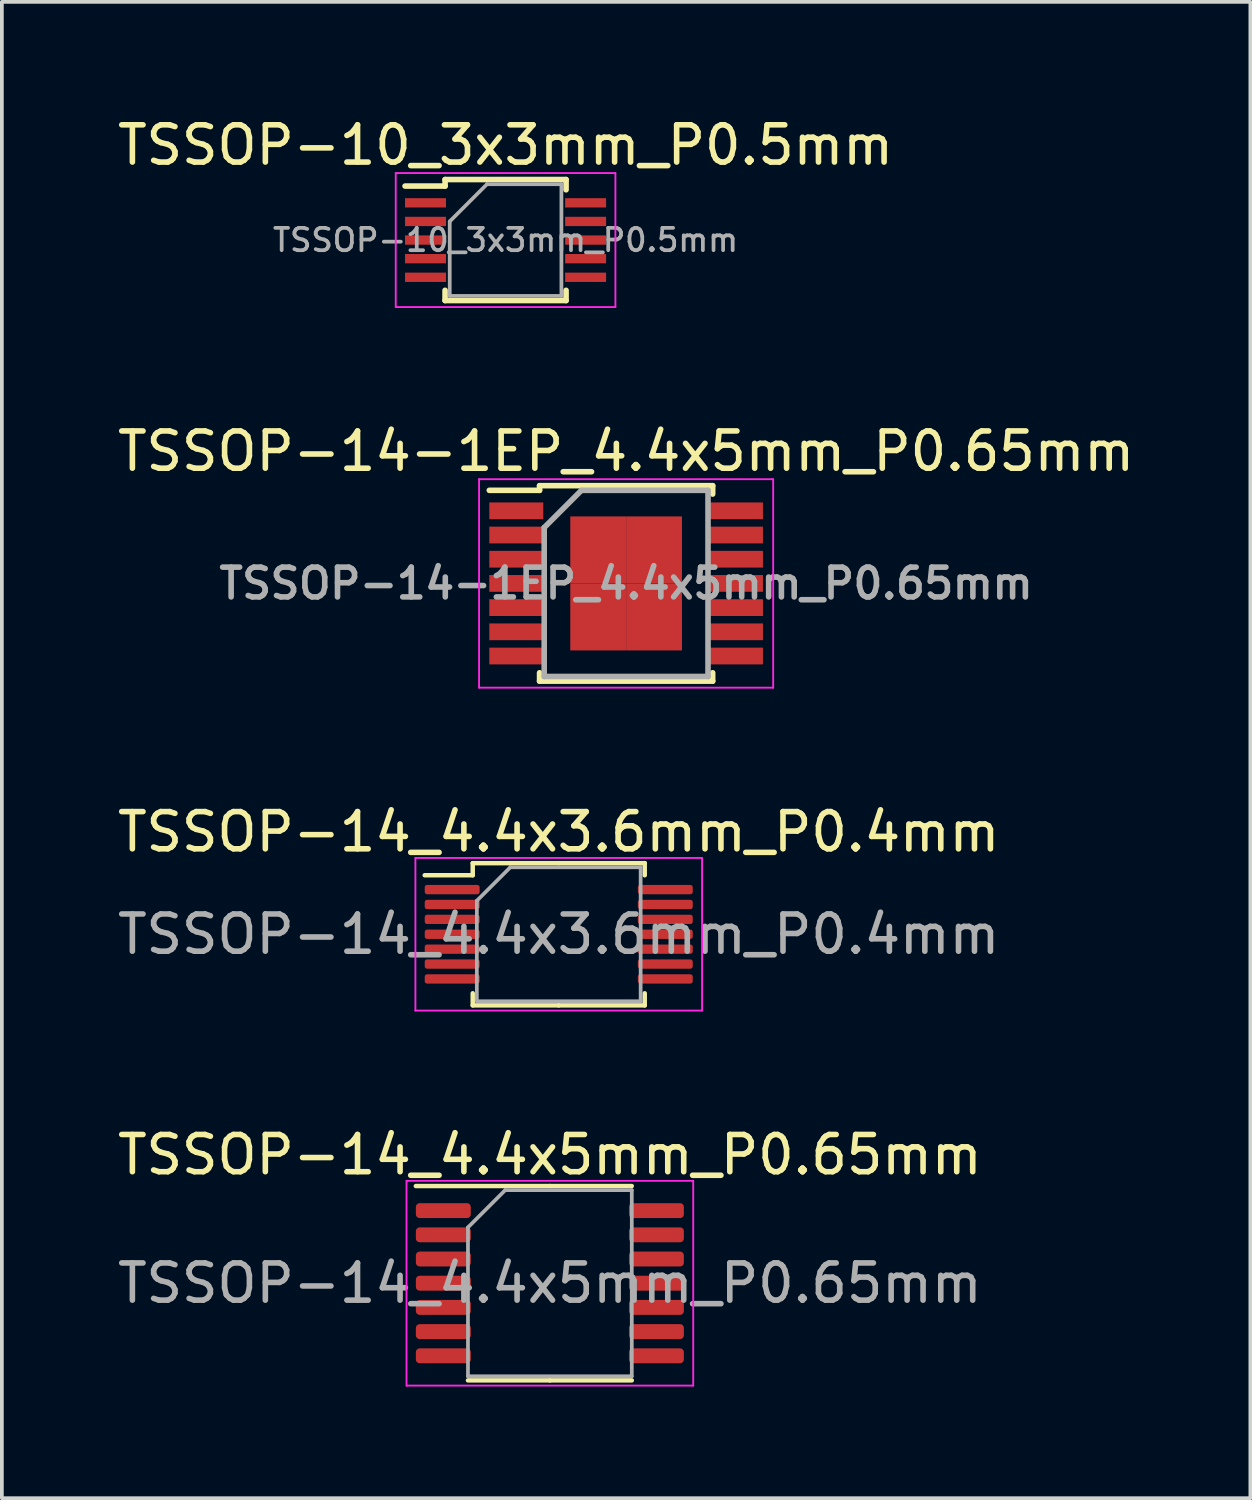
<source format=kicad_pcb>
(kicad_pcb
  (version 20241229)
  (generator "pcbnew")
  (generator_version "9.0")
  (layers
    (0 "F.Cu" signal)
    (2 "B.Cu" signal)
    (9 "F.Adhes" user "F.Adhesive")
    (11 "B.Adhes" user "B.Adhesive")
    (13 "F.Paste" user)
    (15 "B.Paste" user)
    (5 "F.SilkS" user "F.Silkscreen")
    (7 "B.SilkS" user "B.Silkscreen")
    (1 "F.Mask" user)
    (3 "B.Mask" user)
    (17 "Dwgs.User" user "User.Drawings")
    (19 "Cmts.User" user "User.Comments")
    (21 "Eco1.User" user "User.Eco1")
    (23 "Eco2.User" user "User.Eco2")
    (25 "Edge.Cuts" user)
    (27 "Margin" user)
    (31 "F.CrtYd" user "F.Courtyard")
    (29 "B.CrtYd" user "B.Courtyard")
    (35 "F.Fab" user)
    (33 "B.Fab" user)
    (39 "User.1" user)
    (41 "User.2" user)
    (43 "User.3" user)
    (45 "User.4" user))
  (footprint "TSSOP-14_4.4x5mm_P0.65mm"
    (layer "F.Cu")
    (at 11.72 31.418)
    (property "Reference" "TSSOP-14_4.4x5mm_P0.65mm" (at 0 -3.45 0) (layer "F.SilkS") (effects (font (size 1 1) (thickness 0.15))))
    (attr smd)
    (fp_line (start 0 -2.61) (end -3.6 -2.61) (stroke (width 0.12) (type solid)) (layer "F.SilkS"))
    (fp_line (start 0 -2.61) (end 2.2 -2.61) (stroke (width 0.12) (type solid)) (layer "F.SilkS"))
    (fp_line (start 0 2.61) (end -2.2 2.61) (stroke (width 0.12) (type solid)) (layer "F.SilkS"))
    (fp_line (start 0 2.61) (end 2.2 2.61) (stroke (width 0.12) (type solid)) (layer "F.SilkS"))
    (fp_line (start -3.85 -2.75) (end -3.85 2.75) (stroke (width 0.05) (type solid)) (layer "F.CrtYd"))
    (fp_line (start -3.85 2.75) (end 3.85 2.75) (stroke (width 0.05) (type solid)) (layer "F.CrtYd"))
    (fp_line (start 3.85 -2.75) (end -3.85 -2.75) (stroke (width 0.05) (type solid)) (layer "F.CrtYd"))
    (fp_line (start 3.85 2.75) (end 3.85 -2.75) (stroke (width 0.05) (type solid)) (layer "F.CrtYd"))
    (fp_line (start -2.2 -1.5) (end -1.2 -2.5) (stroke (width 0.1) (type solid)) (layer "F.Fab"))
    (fp_line (start -2.2 2.5) (end -2.2 -1.5) (stroke (width 0.1) (type solid)) (layer "F.Fab"))
    (fp_line (start -1.2 -2.5) (end 2.2 -2.5) (stroke (width 0.1) (type solid)) (layer "F.Fab"))
    (fp_line (start 2.2 -2.5) (end 2.2 2.5) (stroke (width 0.1) (type solid)) (layer "F.Fab"))
    (fp_line (start 2.2 2.5) (end -2.2 2.5) (stroke (width 0.1) (type solid)) (layer "F.Fab"))
    (fp_text user "${REFERENCE}" (at 0 0 0) (layer "F.Fab") (effects (font (size 1 1) (thickness 0.15))))
    (pad "1" smd roundrect (at -2.862 -1.95) (size 1.475 0.4) (layers "F.Cu" "F.Mask" "F.Paste") (roundrect_rratio 0.25))
    (pad "2" smd roundrect (at -2.862 -1.3) (size 1.475 0.4) (layers "F.Cu" "F.Mask" "F.Paste") (roundrect_rratio 0.25))
    (pad "3" smd roundrect (at -2.862 -0.65) (size 1.475 0.4) (layers "F.Cu" "F.Mask" "F.Paste") (roundrect_rratio 0.25))
    (pad "4" smd roundrect (at -2.862 0) (size 1.475 0.4) (layers "F.Cu" "F.Mask" "F.Paste") (roundrect_rratio 0.25))
    (pad "5" smd roundrect (at -2.862 0.65) (size 1.475 0.4) (layers "F.Cu" "F.Mask" "F.Paste") (roundrect_rratio 0.25))
    (pad "6" smd roundrect (at -2.862 1.3) (size 1.475 0.4) (layers "F.Cu" "F.Mask" "F.Paste") (roundrect_rratio 0.25))
    (pad "7" smd roundrect (at -2.862 1.95) (size 1.475 0.4) (layers "F.Cu" "F.Mask" "F.Paste") (roundrect_rratio 0.25))
    (pad "8" smd roundrect (at 2.862 1.95) (size 1.475 0.4) (layers "F.Cu" "F.Mask" "F.Paste") (roundrect_rratio 0.25))
    (pad "9" smd roundrect (at 2.862 1.3) (size 1.475 0.4) (layers "F.Cu" "F.Mask" "F.Paste") (roundrect_rratio 0.25))
    (pad "10" smd roundrect (at 2.862 0.65) (size 1.475 0.4) (layers "F.Cu" "F.Mask" "F.Paste") (roundrect_rratio 0.25))
    (pad "11" smd roundrect (at 2.862 0) (size 1.475 0.4) (layers "F.Cu" "F.Mask" "F.Paste") (roundrect_rratio 0.25))
    (pad "12" smd roundrect (at 2.862 -0.65) (size 1.475 0.4) (layers "F.Cu" "F.Mask" "F.Paste") (roundrect_rratio 0.25))
    (pad "13" smd roundrect (at 2.862 -1.3) (size 1.475 0.4) (layers "F.Cu" "F.Mask" "F.Paste") (roundrect_rratio 0.25))
    (pad "14" smd roundrect (at 2.862 -1.95) (size 1.475 0.4) (layers "F.Cu" "F.Mask" "F.Paste") (roundrect_rratio 0.25)))
  (footprint "TSSOP-14-1EP_4.4x5mm_P0.65mm"
    (layer "F.Cu")
    (at 13.768 12.621)
    (property "Reference" "TSSOP-14-1EP_4.4x5mm_P0.65mm" (at 0 -3.55 0) (layer "F.SilkS") (effects (font (size 1 1) (thickness 0.15))))
    (attr smd)
    (fp_line (start -2.325 -2.625) (end -2.325 -2.5) (stroke (width 0.15) (type solid)) (layer "F.SilkS"))
    (fp_line (start -2.325 -2.625) (end 2.325 -2.625) (stroke (width 0.15) (type solid)) (layer "F.SilkS"))
    (fp_line (start -2.325 -2.5) (end -3.675 -2.5) (stroke (width 0.15) (type solid)) (layer "F.SilkS"))
    (fp_line (start -2.325 2.625) (end -2.325 2.4) (stroke (width 0.15) (type solid)) (layer "F.SilkS"))
    (fp_line (start -2.325 2.625) (end 2.325 2.625) (stroke (width 0.15) (type solid)) (layer "F.SilkS"))
    (fp_line (start 2.325 -2.625) (end 2.325 -2.4) (stroke (width 0.15) (type solid)) (layer "F.SilkS"))
    (fp_line (start 2.325 2.625) (end 2.325 2.4) (stroke (width 0.15) (type solid)) (layer "F.SilkS"))
    (fp_line (start -3.95 -2.8) (end -3.95 2.8) (stroke (width 0.05) (type solid)) (layer "F.CrtYd"))
    (fp_line (start -3.95 -2.8) (end 3.95 -2.8) (stroke (width 0.05) (type solid)) (layer "F.CrtYd"))
    (fp_line (start -3.95 2.8) (end 3.95 2.8) (stroke (width 0.05) (type solid)) (layer "F.CrtYd"))
    (fp_line (start 3.95 -2.8) (end 3.95 2.8) (stroke (width 0.05) (type solid)) (layer "F.CrtYd"))
    (fp_line (start -2.2 -1.5) (end -1.2 -2.5) (stroke (width 0.15) (type solid)) (layer "F.Fab"))
    (fp_line (start -2.2 2.5) (end -2.2 -1.5) (stroke (width 0.15) (type solid)) (layer "F.Fab"))
    (fp_line (start -1.2 -2.5) (end 2.2 -2.5) (stroke (width 0.15) (type solid)) (layer "F.Fab"))
    (fp_line (start 2.2 -2.5) (end 2.2 2.5) (stroke (width 0.15) (type solid)) (layer "F.Fab"))
    (fp_line (start 2.2 2.5) (end -2.2 2.5) (stroke (width 0.15) (type solid)) (layer "F.Fab"))
    (fp_text user "${REFERENCE}" (at 0 0 0) (layer "F.Fab") (effects (font (size 0.8 0.8) (thickness 0.15))))
    (pad "1" smd rect (at -2.95 -1.95) (size 1.45 0.45) (layers "F.Cu" "F.Mask" "F.Paste"))
    (pad "2" smd rect (at -2.95 -1.3) (size 1.45 0.45) (layers "F.Cu" "F.Mask" "F.Paste"))
    (pad "3" smd rect (at -2.95 -0.65) (size 1.45 0.45) (layers "F.Cu" "F.Mask" "F.Paste"))
    (pad "4" smd rect (at -2.95 0) (size 1.45 0.45) (layers "F.Cu" "F.Mask" "F.Paste"))
    (pad "5" smd rect (at -2.95 0.65) (size 1.45 0.45) (layers "F.Cu" "F.Mask" "F.Paste"))
    (pad "6" smd rect (at -2.95 1.3) (size 1.45 0.45) (layers "F.Cu" "F.Mask" "F.Paste"))
    (pad "7" smd rect (at -2.95 1.95) (size 1.45 0.45) (layers "F.Cu" "F.Mask" "F.Paste"))
    (pad "8" smd rect (at 2.95 1.95) (size 1.45 0.45) (layers "F.Cu" "F.Mask" "F.Paste"))
    (pad "9" smd rect (at 2.95 1.3) (size 1.45 0.45) (layers "F.Cu" "F.Mask" "F.Paste"))
    (pad "10" smd rect (at 2.95 0.65) (size 1.45 0.45) (layers "F.Cu" "F.Mask" "F.Paste"))
    (pad "11" smd rect (at 2.95 0) (size 1.45 0.45) (layers "F.Cu" "F.Mask" "F.Paste"))
    (pad "12" smd rect (at 2.95 -0.65) (size 1.45 0.45) (layers "F.Cu" "F.Mask" "F.Paste"))
    (pad "13" smd rect (at 2.95 -1.3) (size 1.45 0.45) (layers "F.Cu" "F.Mask" "F.Paste"))
    (pad "14" smd rect (at 2.95 -1.95) (size 1.45 0.45) (layers "F.Cu" "F.Mask" "F.Paste"))
    (pad "15" smd rect (at -0.75 -0.9) (size 1.5 1.8) (layers "F.Cu" "F.Mask" "F.Paste"))
    (pad "15" smd rect (at -0.75 0.9) (size 1.5 1.8) (layers "F.Cu" "F.Mask" "F.Paste"))
    (pad "15" smd rect (at 0.75 -0.9) (size 1.5 1.8) (layers "F.Cu" "F.Mask" "F.Paste"))
    (pad "15" smd rect (at 0.75 0.9) (size 1.5 1.8) (layers "F.Cu" "F.Mask" "F.Paste")))
  (footprint "TSSOP-10_3x3mm_P0.5mm"
    (layer "F.Cu")
    (at 10.53 3.398)
    (property "Reference" "TSSOP-10_3x3mm_P0.5mm" (at 0 -2.55 0) (layer "F.SilkS") (effects (font (size 1 1) (thickness 0.15))))
    (attr smd)
    (fp_line (start -1.625 -1.625) (end -1.625 -1.45) (stroke (width 0.15) (type solid)) (layer "F.SilkS"))
    (fp_line (start -1.625 -1.625) (end 1.625 -1.625) (stroke (width 0.15) (type solid)) (layer "F.SilkS"))
    (fp_line (start -1.625 -1.45) (end -2.7 -1.45) (stroke (width 0.15) (type solid)) (layer "F.SilkS"))
    (fp_line (start -1.625 1.625) (end -1.625 1.35) (stroke (width 0.15) (type solid)) (layer "F.SilkS"))
    (fp_line (start -1.625 1.625) (end 1.625 1.625) (stroke (width 0.15) (type solid)) (layer "F.SilkS"))
    (fp_line (start 1.625 -1.625) (end 1.625 -1.35) (stroke (width 0.15) (type solid)) (layer "F.SilkS"))
    (fp_line (start 1.625 1.625) (end 1.625 1.35) (stroke (width 0.15) (type solid)) (layer "F.SilkS"))
    (fp_line (start -2.95 -1.8) (end -2.95 1.8) (stroke (width 0.05) (type solid)) (layer "F.CrtYd"))
    (fp_line (start -2.95 -1.8) (end 2.95 -1.8) (stroke (width 0.05) (type solid)) (layer "F.CrtYd"))
    (fp_line (start -2.95 1.8) (end 2.95 1.8) (stroke (width 0.05) (type solid)) (layer "F.CrtYd"))
    (fp_line (start 2.95 -1.8) (end 2.95 1.8) (stroke (width 0.05) (type solid)) (layer "F.CrtYd"))
    (fp_line (start -1.5 -0.5) (end -0.5 -1.5) (stroke (width 0.1) (type solid)) (layer "F.Fab"))
    (fp_line (start -1.5 1.5) (end -1.5 -0.5) (stroke (width 0.1) (type solid)) (layer "F.Fab"))
    (fp_line (start -0.5 -1.5) (end 1.5 -1.5) (stroke (width 0.1) (type solid)) (layer "F.Fab"))
    (fp_line (start 1.5 -1.5) (end 1.5 1.5) (stroke (width 0.1) (type solid)) (layer "F.Fab"))
    (fp_line (start 1.5 1.5) (end -1.5 1.5) (stroke (width 0.1) (type solid)) (layer "F.Fab"))
    (fp_text user "${REFERENCE}" (at 0 0 0) (layer "F.Fab") (effects (font (size 0.6 0.6) (thickness 0.1))))
    (pad "1" smd rect (at -2.15 -1) (size 1.1 0.25) (layers "F.Cu" "F.Mask" "F.Paste"))
    (pad "2" smd rect (at -2.15 -0.5) (size 1.1 0.25) (layers "F.Cu" "F.Mask" "F.Paste"))
    (pad "3" smd rect (at -2.15 0) (size 1.1 0.25) (layers "F.Cu" "F.Mask" "F.Paste"))
    (pad "4" smd rect (at -2.15 0.5) (size 1.1 0.25) (layers "F.Cu" "F.Mask" "F.Paste"))
    (pad "5" smd rect (at -2.15 1) (size 1.1 0.25) (layers "F.Cu" "F.Mask" "F.Paste"))
    (pad "6" smd rect (at 2.15 1) (size 1.1 0.25) (layers "F.Cu" "F.Mask" "F.Paste"))
    (pad "7" smd rect (at 2.15 0.5) (size 1.1 0.25) (layers "F.Cu" "F.Mask" "F.Paste"))
    (pad "8" smd rect (at 2.15 0) (size 1.1 0.25) (layers "F.Cu" "F.Mask" "F.Paste"))
    (pad "9" smd rect (at 2.15 -0.5) (size 1.1 0.25) (layers "F.Cu" "F.Mask" "F.Paste"))
    (pad "10" smd rect (at 2.15 -1) (size 1.1 0.25) (layers "F.Cu" "F.Mask" "F.Paste")))
  (footprint "TSSOP-14_4.4x3.6mm_P0.4mm"
    (layer "F.Cu")
    (at 11.958 22.045)
    (property "Reference" "TSSOP-14_4.4x3.6mm_P0.4mm" (at 0 -2.75 0) (layer "F.SilkS") (effects (font (size 1 1) (thickness 0.15))))
    (attr smd)
    (fp_line (start -2.31 -1.91) (end -2.31 -1.585) (stroke (width 0.12) (type solid)) (layer "F.SilkS"))
    (fp_line (start -2.31 -1.585) (end -3.6 -1.585) (stroke (width 0.12) (type solid)) (layer "F.SilkS"))
    (fp_line (start -2.31 1.91) (end -2.31 1.585) (stroke (width 0.12) (type solid)) (layer "F.SilkS"))
    (fp_line (start 0 -1.91) (end -2.31 -1.91) (stroke (width 0.12) (type solid)) (layer "F.SilkS"))
    (fp_line (start 0 -1.91) (end 2.31 -1.91) (stroke (width 0.12) (type solid)) (layer "F.SilkS"))
    (fp_line (start 0 1.91) (end -2.31 1.91) (stroke (width 0.12) (type solid)) (layer "F.SilkS"))
    (fp_line (start 0 1.91) (end 2.31 1.91) (stroke (width 0.12) (type solid)) (layer "F.SilkS"))
    (fp_line (start 2.31 -1.91) (end 2.31 -1.585) (stroke (width 0.12) (type solid)) (layer "F.SilkS"))
    (fp_line (start 2.31 1.91) (end 2.31 1.585) (stroke (width 0.12) (type solid)) (layer "F.SilkS"))
    (fp_line (start -3.85 -2.05) (end -3.85 2.05) (stroke (width 0.05) (type solid)) (layer "F.CrtYd"))
    (fp_line (start -3.85 2.05) (end 3.85 2.05) (stroke (width 0.05) (type solid)) (layer "F.CrtYd"))
    (fp_line (start 3.85 -2.05) (end -3.85 -2.05) (stroke (width 0.05) (type solid)) (layer "F.CrtYd"))
    (fp_line (start 3.85 2.05) (end 3.85 -2.05) (stroke (width 0.05) (type solid)) (layer "F.CrtYd"))
    (fp_line (start -2.2 -0.9) (end -1.3 -1.8) (stroke (width 0.1) (type solid)) (layer "F.Fab"))
    (fp_line (start -2.2 1.8) (end -2.2 -0.9) (stroke (width 0.1) (type solid)) (layer "F.Fab"))
    (fp_line (start -1.3 -1.8) (end 2.2 -1.8) (stroke (width 0.1) (type solid)) (layer "F.Fab"))
    (fp_line (start 2.2 -1.8) (end 2.2 1.8) (stroke (width 0.1) (type solid)) (layer "F.Fab"))
    (fp_line (start 2.2 1.8) (end -2.2 1.8) (stroke (width 0.1) (type solid)) (layer "F.Fab"))
    (fp_text user "${REFERENCE}" (at 0 0 0) (layer "F.Fab") (effects (font (size 1 1) (thickness 0.15))))
    (pad "1" smd roundrect (at -2.862 -1.2) (size 1.475 0.25) (layers "F.Cu" "F.Mask" "F.Paste") (roundrect_rratio 0.25))
    (pad "2" smd roundrect (at -2.862 -0.8) (size 1.475 0.25) (layers "F.Cu" "F.Mask" "F.Paste") (roundrect_rratio 0.25))
    (pad "3" smd roundrect (at -2.862 -0.4) (size 1.475 0.25) (layers "F.Cu" "F.Mask" "F.Paste") (roundrect_rratio 0.25))
    (pad "4" smd roundrect (at -2.862 0) (size 1.475 0.25) (layers "F.Cu" "F.Mask" "F.Paste") (roundrect_rratio 0.25))
    (pad "5" smd roundrect (at -2.862 0.4) (size 1.475 0.25) (layers "F.Cu" "F.Mask" "F.Paste") (roundrect_rratio 0.25))
    (pad "6" smd roundrect (at -2.862 0.8) (size 1.475 0.25) (layers "F.Cu" "F.Mask" "F.Paste") (roundrect_rratio 0.25))
    (pad "7" smd roundrect (at -2.862 1.2) (size 1.475 0.25) (layers "F.Cu" "F.Mask" "F.Paste") (roundrect_rratio 0.25))
    (pad "8" smd roundrect (at 2.862 1.2) (size 1.475 0.25) (layers "F.Cu" "F.Mask" "F.Paste") (roundrect_rratio 0.25))
    (pad "9" smd roundrect (at 2.862 0.8) (size 1.475 0.25) (layers "F.Cu" "F.Mask" "F.Paste") (roundrect_rratio 0.25))
    (pad "10" smd roundrect (at 2.862 0.4) (size 1.475 0.25) (layers "F.Cu" "F.Mask" "F.Paste") (roundrect_rratio 0.25))
    (pad "11" smd roundrect (at 2.862 0) (size 1.475 0.25) (layers "F.Cu" "F.Mask" "F.Paste") (roundrect_rratio 0.25))
    (pad "12" smd roundrect (at 2.862 -0.4) (size 1.475 0.25) (layers "F.Cu" "F.Mask" "F.Paste") (roundrect_rratio 0.25))
    (pad "13" smd roundrect (at 2.862 -0.8) (size 1.475 0.25) (layers "F.Cu" "F.Mask" "F.Paste") (roundrect_rratio 0.25))
    (pad "14" smd roundrect (at 2.862 -1.2) (size 1.475 0.25) (layers "F.Cu" "F.Mask" "F.Paste") (roundrect_rratio 0.25)))
  (gr_rect
    (start -3 -3)
    (end 30.536 37.193)
    (stroke (width 0.1) (type default))
    (fill no)
    (layer "Edge.Cuts")))
</source>
